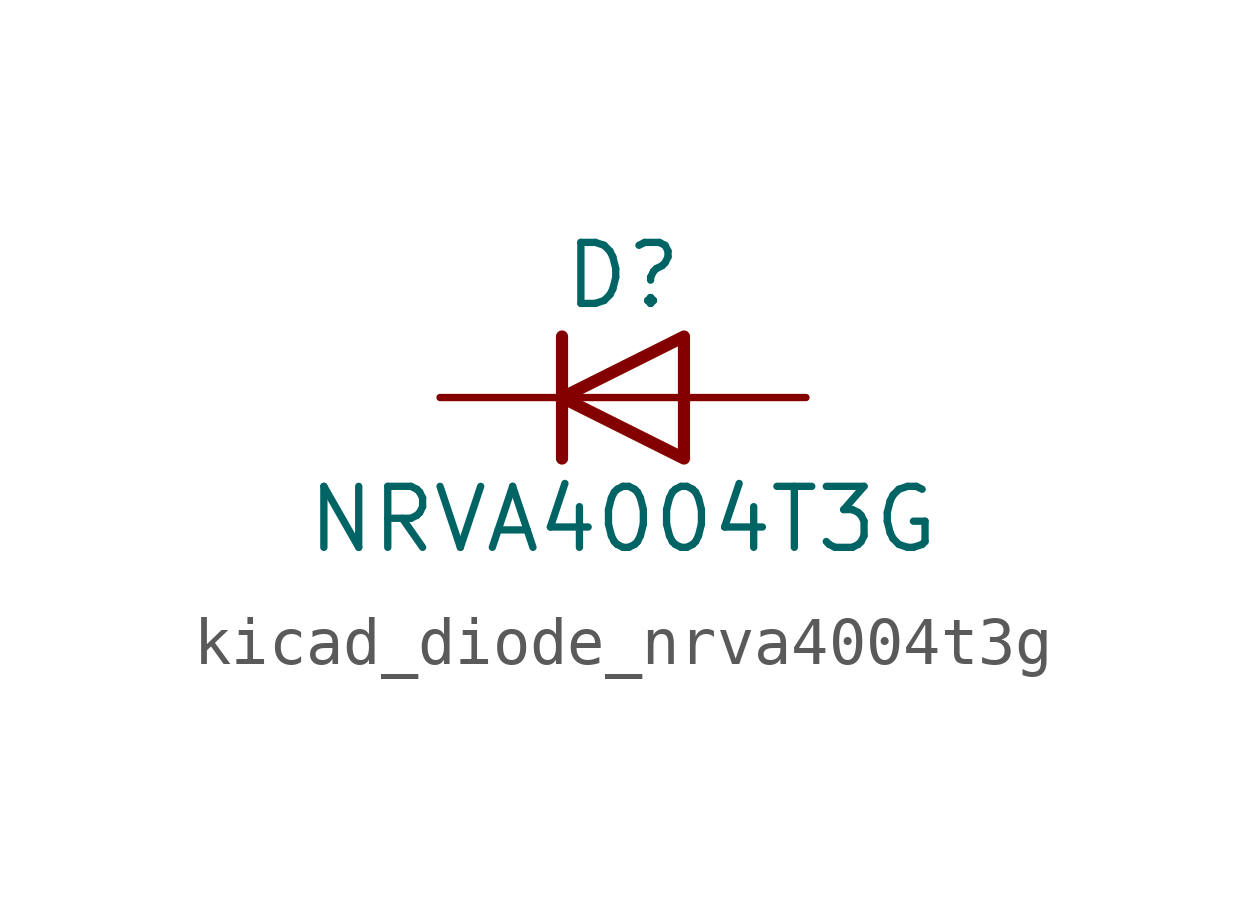
<source format=kicad_sym>
(kicad_symbol_lib
  (version 20220914)
  (generator kicad_symbol_editor)
  (symbol "kicad_diode_nrva4004t3g"
    (pin_numbers hide)
    (pin_names hide)
    (property "Reference" "D"
      (at 0 2.54 0)
      (effects (font (size 1.27 1.27))))
    (property "Value" "NRVA4004T3G"
      (at 0 -2.54 0)
      (effects (font (size 1.27 1.27))))
    (symbol "kicad_diode_nrva4004t3g_0_1"
      (polyline (pts (xy -1.27 1.27) (xy -1.27 -1.27)) (stroke (width 0.254) (type default)) (fill (type none)))
      (polyline (pts (xy 1.27 0) (xy -1.27 0)) (stroke (width 0) (type default)) (fill (type none)))
      (polyline (pts (xy 1.27 1.27) (xy 1.27 -1.27) (xy -1.27 0) (xy 1.27 1.27)) (stroke (width 0.254) (type default)) (fill (type none))))
    (symbol "kicad_diode_nrva4004t3g_1_1"
      (pin passive line (at -3.81 0 0) (length 2.54) (name "K" (effects (font (size 1.27 1.27)))) (number "1" (effects (font (size 1.27 1.27)))))
      (pin passive line (at 3.81 0 180) (length 2.54) (name "A" (effects (font (size 1.27 1.27)))) (number "2" (effects (font (size 1.27 1.27))))))))
</source>
